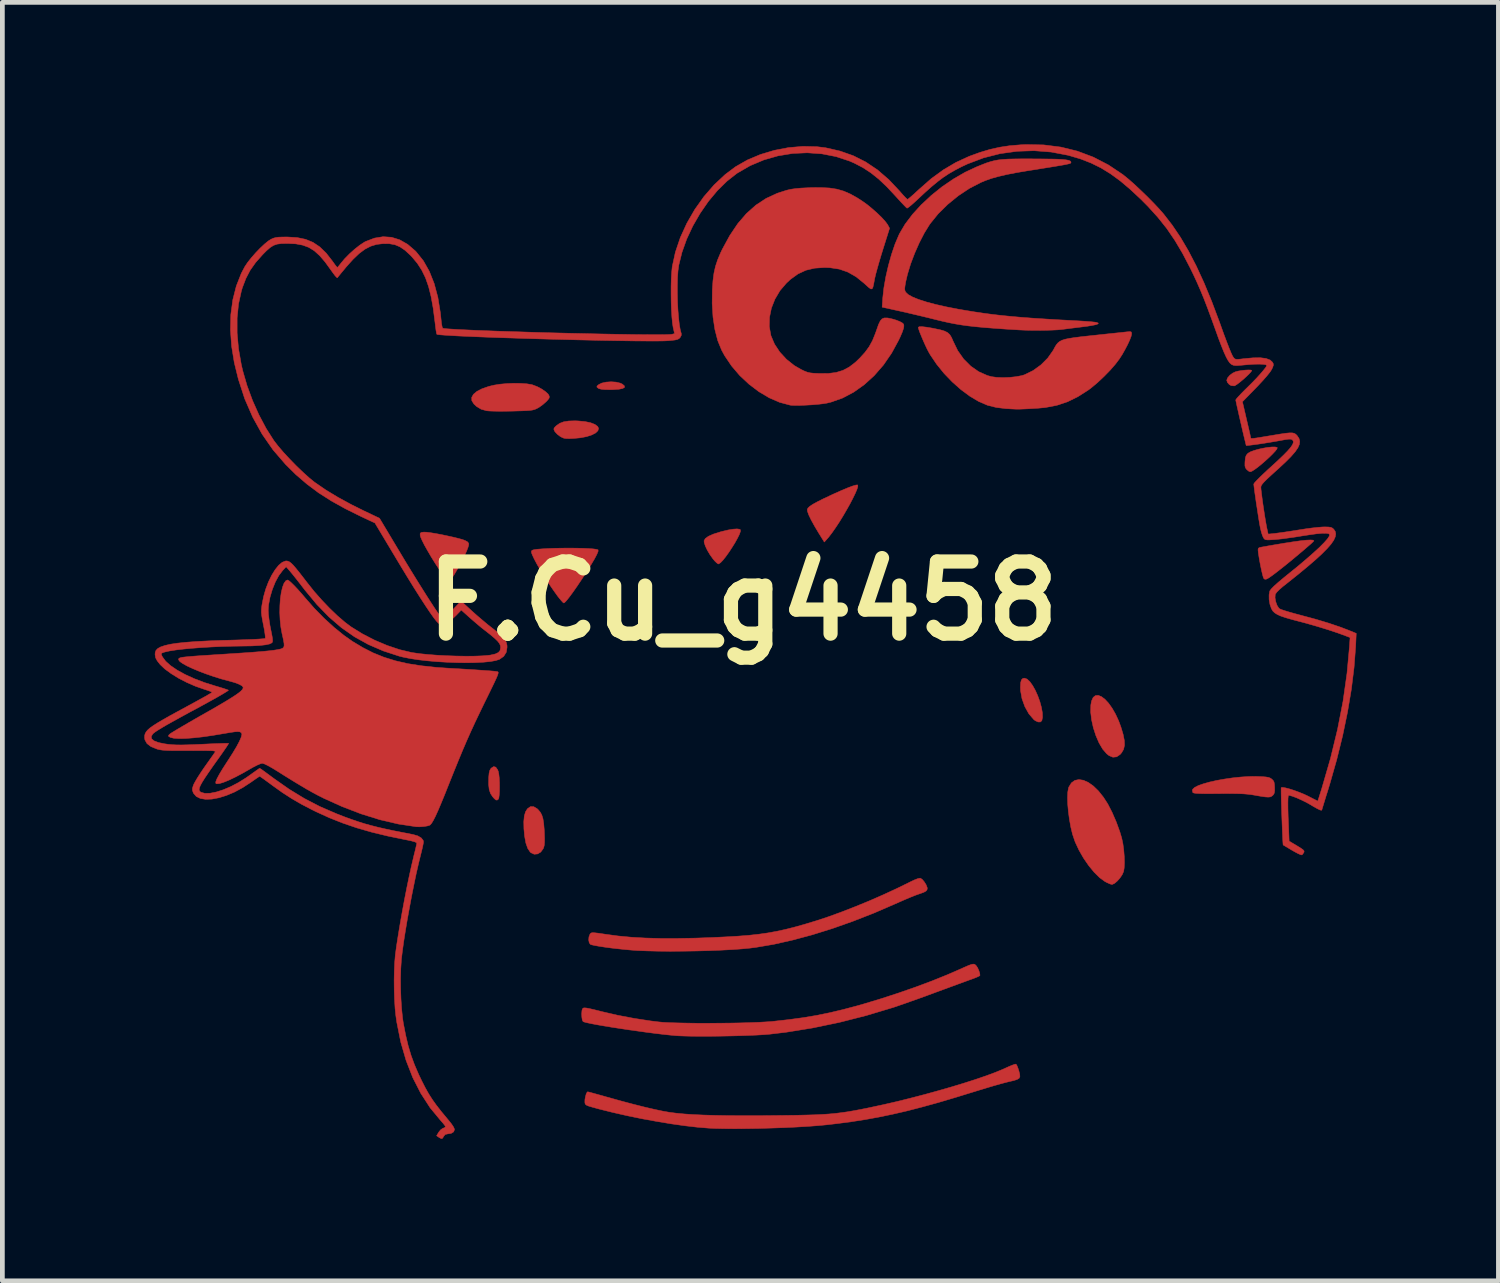
<source format=kicad_pcb>
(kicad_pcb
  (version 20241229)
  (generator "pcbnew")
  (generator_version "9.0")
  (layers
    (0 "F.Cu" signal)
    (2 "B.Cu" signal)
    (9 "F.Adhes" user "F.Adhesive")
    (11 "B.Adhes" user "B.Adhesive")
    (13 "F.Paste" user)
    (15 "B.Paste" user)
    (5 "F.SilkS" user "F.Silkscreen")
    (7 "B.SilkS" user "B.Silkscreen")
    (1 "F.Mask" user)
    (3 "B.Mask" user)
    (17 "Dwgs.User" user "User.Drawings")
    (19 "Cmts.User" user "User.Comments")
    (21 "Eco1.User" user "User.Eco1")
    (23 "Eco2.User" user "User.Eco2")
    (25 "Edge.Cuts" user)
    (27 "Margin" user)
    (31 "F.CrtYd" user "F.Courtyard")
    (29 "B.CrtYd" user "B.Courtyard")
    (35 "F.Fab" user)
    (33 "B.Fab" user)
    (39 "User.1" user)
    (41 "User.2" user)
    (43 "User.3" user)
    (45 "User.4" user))
  (footprint "F.Cu_g4458"
    (layer "F.Cu")
    (at 12.651 9.651)
    (property "Reference" "F.Cu_g4458" (at 0 0 0) (layer "F.SilkS") (effects (font (size 1.524 1.524) (thickness 0.3))))
    (attr through_hole)
    (fp_poly (pts (xy -2.682 -4.626) (xy -2.591 -4.604) (xy -2.548 -4.583) (xy -2.505 -4.545) (xy -2.504 -4.514) (xy -2.544 -4.491) (xy -2.623 -4.475) (xy -2.743 -4.467) (xy -2.812 -4.466) (xy -2.923 -4.468) (xy -2.998 -4.476) (xy -3.045 -4.489) (xy -3.06 -4.498) (xy -3.087 -4.522) (xy -3.084 -4.542) (xy -3.052 -4.571) (xy -2.986 -4.605) (xy -2.893 -4.626) (xy -2.787 -4.633) (xy -2.682 -4.626)) (stroke (width 0.01) (type solid)) (fill yes) (layer "F.Cu"))
    (fp_poly (pts (xy 6.004 1.65) (xy 6.062 1.704) (xy 6.121 1.786) (xy 6.178 1.888) (xy 6.23 2.004) (xy 6.274 2.126) (xy 6.307 2.247) (xy 6.327 2.361) (xy 6.33 2.459) (xy 6.316 2.528) (xy 6.286 2.556) (xy 6.237 2.556) (xy 6.177 2.529) (xy 6.143 2.502) (xy 6.04 2.381) (xy 5.957 2.231) (xy 5.897 2.065) (xy 5.866 1.894) (xy 5.863 1.822) (xy 5.868 1.726) (xy 5.885 1.666) (xy 5.915 1.636) (xy 5.949 1.63) (xy 6.004 1.65)) (stroke (width 0.01) (type solid)) (fill yes) (layer "F.Cu"))
    (fp_poly (pts (xy 10.73 -4.881) (xy 10.752 -4.873) (xy 10.753 -4.872) (xy 10.737 -4.845) (xy 10.696 -4.8) (xy 10.638 -4.744) (xy 10.571 -4.683) (xy 10.502 -4.626) (xy 10.442 -4.58) (xy 10.396 -4.551) (xy 10.382 -4.546) (xy 10.315 -4.553) (xy 10.276 -4.576) (xy 10.238 -4.62) (xy 10.223 -4.665) (xy 10.242 -4.716) (xy 10.289 -4.771) (xy 10.354 -4.819) (xy 10.403 -4.842) (xy 10.46 -4.858) (xy 10.532 -4.87) (xy 10.609 -4.879) (xy 10.678 -4.883) (xy 10.73 -4.881)) (stroke (width 0.01) (type solid)) (fill yes) (layer "F.Cu"))
    (fp_poly (pts (xy -5.224 3.511) (xy -5.186 3.564) (xy -5.171 3.6) (xy -5.16 3.654) (xy -5.151 3.734) (xy -5.146 3.829) (xy -5.145 3.93) (xy -5.146 4.027) (xy -5.152 4.109) (xy -5.16 4.166) (xy -5.169 4.187) (xy -5.195 4.207) (xy -5.22 4.205) (xy -5.254 4.177) (xy -5.288 4.139) (xy -5.334 4.07) (xy -5.363 3.985) (xy -5.375 3.876) (xy -5.373 3.734) (xy -5.373 3.725) (xy -5.365 3.638) (xy -5.351 3.581) (xy -5.328 3.541) (xy -5.317 3.53) (xy -5.268 3.499) (xy -5.224 3.511)) (stroke (width 0.01) (type solid)) (fill yes) (layer "F.Cu"))
    (fp_poly (pts (xy -3.479 -3.805) (xy -3.338 -3.792) (xy -3.219 -3.767) (xy -3.129 -3.732) (xy -3.071 -3.689) (xy -3.052 -3.65) (xy -3.065 -3.599) (xy -3.115 -3.551) (xy -3.197 -3.509) (xy -3.306 -3.474) (xy -3.437 -3.449) (xy -3.577 -3.436) (xy -3.673 -3.432) (xy -3.739 -3.434) (xy -3.786 -3.441) (xy -3.826 -3.458) (xy -3.864 -3.479) (xy -3.923 -3.524) (xy -3.969 -3.573) (xy -3.98 -3.589) (xy -3.996 -3.626) (xy -3.992 -3.654) (xy -3.962 -3.688) (xy -3.943 -3.705) (xy -3.873 -3.755) (xy -3.789 -3.787) (xy -3.682 -3.804) (xy -3.546 -3.808) (xy -3.479 -3.805)) (stroke (width 0.01) (type solid)) (fill yes) (layer "F.Cu"))
    (fp_poly (pts (xy 7.576 2.021) (xy 7.649 2.076) (xy 7.725 2.158) (xy 7.8 2.263) (xy 7.873 2.39) (xy 7.94 2.535) (xy 7.987 2.662) (xy 8.034 2.82) (xy 8.059 2.946) (xy 8.063 3.049) (xy 8.044 3.133) (xy 8.003 3.205) (xy 7.969 3.244) (xy 7.896 3.293) (xy 7.818 3.301) (xy 7.736 3.267) (xy 7.687 3.228) (xy 7.602 3.13) (xy 7.525 2.999) (xy 7.459 2.846) (xy 7.405 2.68) (xy 7.367 2.51) (xy 7.348 2.347) (xy 7.351 2.2) (xy 7.367 2.112) (xy 7.401 2.037) (xy 7.449 1.999) (xy 7.508 1.994) (xy 7.576 2.021)) (stroke (width 0.01) (type solid)) (fill yes) (layer "F.Cu"))
    (fp_poly (pts (xy -4.423 4.346) (xy -4.35 4.389) (xy -4.329 4.409) (xy -4.284 4.462) (xy -4.251 4.523) (xy -4.227 4.6) (xy -4.211 4.7) (xy -4.2 4.832) (xy -4.197 4.902) (xy -4.193 5.019) (xy -4.194 5.102) (xy -4.199 5.161) (xy -4.21 5.206) (xy -4.221 5.233) (xy -4.273 5.305) (xy -4.34 5.345) (xy -4.412 5.351) (xy -4.481 5.319) (xy -4.497 5.305) (xy -4.548 5.229) (xy -4.588 5.115) (xy -4.615 4.966) (xy -4.629 4.815) (xy -4.632 4.662) (xy -4.621 4.543) (xy -4.595 4.454) (xy -4.553 4.388) (xy -4.55 4.386) (xy -4.49 4.345) (xy -4.423 4.346)) (stroke (width 0.01) (type solid)) (fill yes) (layer "F.Cu"))
    (fp_poly (pts (xy -0.071 -1.516) (xy -0.054 -1.505) (xy -0.054 -1.47) (xy -0.076 -1.408) (xy -0.116 -1.327) (xy -0.168 -1.233) (xy -0.23 -1.133) (xy -0.295 -1.034) (xy -0.36 -0.943) (xy -0.421 -0.866) (xy -0.473 -0.811) (xy -0.512 -0.785) (xy -0.52 -0.783) (xy -0.547 -0.799) (xy -0.59 -0.839) (xy -0.633 -0.889) (xy -0.697 -0.979) (xy -0.753 -1.073) (xy -0.795 -1.162) (xy -0.819 -1.235) (xy -0.822 -1.273) (xy -0.795 -1.321) (xy -0.728 -1.369) (xy -0.62 -1.416) (xy -0.47 -1.463) (xy -0.443 -1.47) (xy -0.318 -1.5) (xy -0.211 -1.518) (xy -0.126 -1.524) (xy -0.071 -1.516)) (stroke (width 0.01) (type solid)) (fill yes) (layer "F.Cu"))
    (fp_poly (pts (xy 11.287 -3.245) (xy 11.291 -3.24) (xy 11.284 -3.214) (xy 11.249 -3.168) (xy 11.193 -3.108) (xy 11.122 -3.038) (xy 11.041 -2.964) (xy 10.958 -2.892) (xy 10.878 -2.827) (xy 10.807 -2.775) (xy 10.751 -2.741) (xy 10.72 -2.731) (xy 10.686 -2.745) (xy 10.646 -2.778) (xy 10.62 -2.813) (xy 10.608 -2.855) (xy 10.608 -2.919) (xy 10.61 -2.951) (xy 10.618 -3.028) (xy 10.635 -3.079) (xy 10.666 -3.116) (xy 10.674 -3.123) (xy 10.723 -3.152) (xy 10.798 -3.18) (xy 10.891 -3.207) (xy 10.991 -3.229) (xy 11.089 -3.246) (xy 11.178 -3.255) (xy 11.247 -3.255) (xy 11.287 -3.245)) (stroke (width 0.01) (type solid)) (fill yes) (layer "F.Cu"))
    (fp_poly (pts (xy 2.425 -2.451) (xy 2.427 -2.42) (xy 2.409 -2.36) (xy 2.373 -2.275) (xy 2.323 -2.172) (xy 2.262 -2.054) (xy 2.191 -1.928) (xy 2.116 -1.799) (xy 2.038 -1.672) (xy 1.96 -1.554) (xy 1.886 -1.448) (xy 1.819 -1.36) (xy 1.791 -1.327) (xy 1.719 -1.246) (xy 1.602 -1.434) (xy 1.511 -1.587) (xy 1.44 -1.716) (xy 1.39 -1.82) (xy 1.363 -1.896) (xy 1.359 -1.933) (xy 1.373 -1.964) (xy 1.411 -2) (xy 1.475 -2.043) (xy 1.569 -2.095) (xy 1.696 -2.159) (xy 1.858 -2.235) (xy 1.889 -2.25) (xy 2.068 -2.33) (xy 2.21 -2.39) (xy 2.316 -2.43) (xy 2.387 -2.451) (xy 2.422 -2.453) (xy 2.425 -2.451)) (stroke (width 0.01) (type solid)) (fill yes) (layer "F.Cu"))
    (fp_poly (pts (xy -6.687 -1.454) (xy -6.6 -1.443) (xy -6.49 -1.425) (xy -6.367 -1.402) (xy -6.24 -1.375) (xy -6.117 -1.348) (xy -6.008 -1.321) (xy -5.922 -1.297) (xy -5.869 -1.277) (xy -5.817 -1.247) (xy -5.796 -1.216) (xy -5.796 -1.185) (xy -5.811 -1.132) (xy -5.841 -1.054) (xy -5.884 -0.96) (xy -5.936 -0.856) (xy -5.993 -0.748) (xy -6.052 -0.644) (xy -6.107 -0.551) (xy -6.157 -0.475) (xy -6.196 -0.423) (xy -6.222 -0.402) (xy -6.224 -0.402) (xy -6.241 -0.419) (xy -6.277 -0.465) (xy -6.327 -0.533) (xy -6.386 -0.618) (xy -6.408 -0.651) (xy -6.502 -0.794) (xy -6.589 -0.934) (xy -6.666 -1.066) (xy -6.732 -1.183) (xy -6.781 -1.281) (xy -6.813 -1.354) (xy -6.822 -1.392) (xy -6.821 -1.429) (xy -6.802 -1.448) (xy -6.754 -1.455) (xy -6.742 -1.456) (xy -6.687 -1.454)) (stroke (width 0.01) (type solid)) (fill yes) (layer "F.Cu"))
    (fp_poly (pts (xy 12.046 -1.286) (xy 12.065 -1.272) (xy 12.065 -1.271) (xy 12.049 -1.253) (xy 12.006 -1.212) (xy 11.939 -1.154) (xy 11.855 -1.081) (xy 11.757 -0.999) (xy 11.652 -0.911) (xy 11.544 -0.822) (xy 11.438 -0.736) (xy 11.339 -0.658) (xy 11.252 -0.59) (xy 11.25 -0.589) (xy 11.161 -0.523) (xy 11.099 -0.481) (xy 11.057 -0.461) (xy 11.029 -0.46) (xy 11.008 -0.474) (xy 11.008 -0.474) (xy 10.994 -0.507) (xy 10.976 -0.573) (xy 10.955 -0.664) (xy 10.933 -0.771) (xy 10.912 -0.886) (xy 10.894 -1) (xy 10.891 -1.02) (xy 10.885 -1.081) (xy 10.891 -1.114) (xy 10.912 -1.129) (xy 10.916 -1.13) (xy 10.947 -1.137) (xy 11.014 -1.149) (xy 11.109 -1.166) (xy 11.225 -1.186) (xy 11.357 -1.208) (xy 11.407 -1.217) (xy 11.612 -1.249) (xy 11.777 -1.272) (xy 11.904 -1.286) (xy 11.993 -1.29) (xy 12.046 -1.286)) (stroke (width 0.01) (type solid)) (fill yes) (layer "F.Cu"))
    (fp_poly (pts (xy -3.533 -1.117) (xy -3.394 -1.114) (xy -3.272 -1.109) (xy -3.171 -1.102) (xy -3.1 -1.093) (xy -3.064 -1.082) (xy -3.062 -1.081) (xy -3.061 -1.051) (xy -3.087 -0.987) (xy -3.138 -0.89) (xy -3.215 -0.76) (xy -3.317 -0.598) (xy -3.396 -0.476) (xy -3.499 -0.322) (xy -3.59 -0.192) (xy -3.667 -0.087) (xy -3.727 -0.012) (xy -3.769 0.032) (xy -3.787 0.042) (xy -3.808 0.026) (xy -3.846 -0.016) (xy -3.896 -0.077) (xy -3.922 -0.111) (xy -4.007 -0.23) (xy -4.1 -0.366) (xy -4.192 -0.51) (xy -4.279 -0.651) (xy -4.354 -0.78) (xy -4.41 -0.886) (xy -4.415 -0.896) (xy -4.451 -0.973) (xy -4.469 -1.021) (xy -4.471 -1.05) (xy -4.46 -1.068) (xy -4.455 -1.072) (xy -4.418 -1.084) (xy -4.346 -1.094) (xy -4.245 -1.102) (xy -4.122 -1.109) (xy -3.982 -1.114) (xy -3.834 -1.117) (xy -3.682 -1.118) (xy -3.533 -1.117)) (stroke (width 0.01) (type solid)) (fill yes) (layer "F.Cu"))
    (fp_poly (pts (xy -4.695 -4.599) (xy -4.566 -4.59) (xy -4.464 -4.573) (xy -4.445 -4.567) (xy -4.348 -4.53) (xy -4.254 -4.48) (xy -4.174 -4.425) (xy -4.117 -4.372) (xy -4.101 -4.346) (xy -4.091 -4.313) (xy -4.1 -4.281) (xy -4.133 -4.24) (xy -4.158 -4.214) (xy -4.227 -4.153) (xy -4.307 -4.095) (xy -4.337 -4.078) (xy -4.372 -4.06) (xy -4.407 -4.046) (xy -4.447 -4.036) (xy -4.5 -4.028) (xy -4.571 -4.023) (xy -4.669 -4.019) (xy -4.799 -4.015) (xy -4.869 -4.013) (xy -5.008 -4.011) (xy -5.141 -4.01) (xy -5.257 -4.012) (xy -5.35 -4.015) (xy -5.41 -4.02) (xy -5.414 -4.02) (xy -5.533 -4.053) (xy -5.631 -4.112) (xy -5.687 -4.165) (xy -5.73 -4.234) (xy -5.732 -4.303) (xy -5.696 -4.368) (xy -5.623 -4.43) (xy -5.514 -4.486) (xy -5.372 -4.535) (xy -5.26 -4.562) (xy -5.134 -4.582) (xy -4.991 -4.595) (xy -4.841 -4.601) (xy -4.695 -4.599)) (stroke (width 0.01) (type solid)) (fill yes) (layer "F.Cu"))
    (fp_poly (pts (xy 7.195 3.788) (xy 7.298 3.834) (xy 7.405 3.91) (xy 7.513 4.015) (xy 7.618 4.147) (xy 7.709 4.288) (xy 7.801 4.467) (xy 7.889 4.67) (xy 7.964 4.876) (xy 8.004 5.01) (xy 8.029 5.127) (xy 8.047 5.261) (xy 8.058 5.399) (xy 8.061 5.53) (xy 8.056 5.642) (xy 8.044 5.715) (xy 8.015 5.782) (xy 7.968 5.852) (xy 7.911 5.917) (xy 7.854 5.966) (xy 7.805 5.989) (xy 7.797 5.99) (xy 7.758 5.98) (xy 7.698 5.953) (xy 7.651 5.929) (xy 7.538 5.847) (xy 7.421 5.731) (xy 7.305 5.59) (xy 7.196 5.431) (xy 7.1 5.263) (xy 7.02 5.092) (xy 6.965 4.931) (xy 6.928 4.777) (xy 6.899 4.615) (xy 6.877 4.452) (xy 6.863 4.296) (xy 6.859 4.155) (xy 6.864 4.038) (xy 6.88 3.95) (xy 6.887 3.931) (xy 6.941 3.843) (xy 7.013 3.791) (xy 7.099 3.773) (xy 7.195 3.788)) (stroke (width 0.01) (type solid)) (fill yes) (layer "F.Cu"))
    (fp_poly (pts (xy 10.861 3.708) (xy 10.972 3.712) (xy 11.049 3.718) (xy 11.103 3.727) (xy 11.141 3.741) (xy 11.169 3.759) (xy 11.203 3.79) (xy 11.223 3.826) (xy 11.232 3.882) (xy 11.235 3.933) (xy 11.236 4.011) (xy 11.228 4.06) (xy 11.208 4.095) (xy 11.198 4.105) (xy 11.172 4.127) (xy 11.142 4.14) (xy 11.099 4.144) (xy 11.036 4.14) (xy 10.947 4.127) (xy 10.824 4.106) (xy 10.816 4.104) (xy 10.737 4.091) (xy 10.658 4.082) (xy 10.572 4.075) (xy 10.473 4.071) (xy 10.352 4.069) (xy 10.201 4.068) (xy 10.059 4.07) (xy 9.89 4.071) (xy 9.76 4.071) (xy 9.662 4.069) (xy 9.592 4.066) (xy 9.546 4.061) (xy 9.519 4.055) (xy 9.505 4.045) (xy 9.505 4.044) (xy 9.497 3.998) (xy 9.504 3.978) (xy 9.545 3.94) (xy 9.621 3.901) (xy 9.729 3.863) (xy 9.86 3.826) (xy 10.011 3.792) (xy 10.175 3.763) (xy 10.345 3.738) (xy 10.517 3.72) (xy 10.684 3.709) (xy 10.841 3.707) (xy 10.861 3.708)) (stroke (width 0.01) (type solid)) (fill yes) (layer "F.Cu"))
    (fp_poly (pts (xy 3.75 5.858) (xy 3.789 5.884) (xy 3.832 5.935) (xy 3.87 5.996) (xy 3.892 6.053) (xy 3.895 6.072) (xy 3.889 6.104) (xy 3.867 6.13) (xy 3.822 6.155) (xy 3.746 6.183) (xy 3.704 6.197) (xy 3.64 6.22) (xy 3.547 6.257) (xy 3.433 6.305) (xy 3.309 6.359) (xy 3.196 6.409) (xy 2.761 6.597) (xy 2.323 6.768) (xy 1.887 6.922) (xy 1.46 7.055) (xy 1.046 7.166) (xy 0.651 7.255) (xy 0.281 7.318) (xy 0.151 7.335) (xy -0.024 7.352) (xy -0.234 7.367) (xy -0.471 7.379) (xy -0.727 7.389) (xy -0.994 7.396) (xy -1.266 7.4) (xy -1.534 7.402) (xy -1.791 7.4) (xy -2.029 7.394) (xy -2.239 7.386) (xy -2.36 7.377) (xy -2.494 7.365) (xy -2.636 7.35) (xy -2.778 7.334) (xy -2.912 7.316) (xy -3.031 7.298) (xy -3.128 7.281) (xy -3.196 7.266) (xy -3.223 7.257) (xy -3.249 7.222) (xy -3.26 7.164) (xy -3.255 7.099) (xy -3.234 7.043) (xy -3.23 7.038) (xy -3.218 7.022) (xy -3.201 7.013) (xy -3.173 7.009) (xy -3.128 7.012) (xy -3.058 7.02) (xy -2.956 7.035) (xy -2.897 7.044) (xy -2.636 7.079) (xy -2.36 7.105) (xy -2.062 7.122) (xy -1.74 7.131) (xy -1.388 7.131) (xy -1.002 7.124) (xy -0.667 7.112) (xy -0.372 7.098) (xy -0.112 7.083) (xy 0.12 7.065) (xy 0.331 7.042) (xy 0.528 7.014) (xy 0.719 6.979) (xy 0.911 6.937) (xy 1.111 6.886) (xy 1.326 6.825) (xy 1.563 6.753) (xy 1.568 6.751) (xy 1.816 6.669) (xy 2.09 6.569) (xy 2.38 6.456) (xy 2.677 6.334) (xy 2.969 6.206) (xy 3.246 6.078) (xy 3.5 5.954) (xy 3.523 5.942) (xy 3.619 5.896) (xy 3.694 5.867) (xy 3.743 5.857) (xy 3.75 5.858)) (stroke (width 0.01) (type solid)) (fill yes) (layer "F.Cu"))
    (fp_poly (pts (xy 3.878 -5.787) (xy 4.015 -5.764) (xy 4.042 -5.758) (xy 4.167 -5.732) (xy 4.258 -5.705) (xy 4.323 -5.673) (xy 4.37 -5.63) (xy 4.407 -5.57) (xy 4.44 -5.494) (xy 4.539 -5.29) (xy 4.665 -5.112) (xy 4.814 -4.963) (xy 4.982 -4.846) (xy 5.165 -4.765) (xy 5.252 -4.741) (xy 5.362 -4.726) (xy 5.495 -4.721) (xy 5.637 -4.726) (xy 5.773 -4.741) (xy 5.891 -4.763) (xy 5.95 -4.781) (xy 6.131 -4.87) (xy 6.297 -4.99) (xy 6.441 -5.134) (xy 6.553 -5.293) (xy 6.563 -5.311) (xy 6.594 -5.369) (xy 6.623 -5.416) (xy 6.655 -5.454) (xy 6.693 -5.485) (xy 6.743 -5.511) (xy 6.809 -5.532) (xy 6.896 -5.55) (xy 7.007 -5.567) (xy 7.148 -5.585) (xy 7.323 -5.604) (xy 7.491 -5.622) (xy 7.641 -5.638) (xy 7.782 -5.653) (xy 7.908 -5.666) (xy 8.011 -5.677) (xy 8.084 -5.685) (xy 8.112 -5.688) (xy 8.173 -5.693) (xy 8.202 -5.688) (xy 8.212 -5.668) (xy 8.213 -5.642) (xy 8.202 -5.591) (xy 8.172 -5.513) (xy 8.128 -5.418) (xy 8.073 -5.313) (xy 8.013 -5.207) (xy 7.953 -5.114) (xy 7.867 -5.001) (xy 7.756 -4.874) (xy 7.629 -4.744) (xy 7.496 -4.619) (xy 7.367 -4.511) (xy 7.307 -4.465) (xy 7.081 -4.32) (xy 6.86 -4.211) (xy 6.632 -4.135) (xy 6.39 -4.089) (xy 6.244 -4.075) (xy 6.086 -4.065) (xy 5.961 -4.059) (xy 5.857 -4.055) (xy 5.764 -4.055) (xy 5.673 -4.059) (xy 5.574 -4.065) (xy 5.562 -4.065) (xy 5.356 -4.09) (xy 5.178 -4.134) (xy 5.162 -4.139) (xy 4.983 -4.216) (xy 4.796 -4.327) (xy 4.607 -4.467) (xy 4.423 -4.63) (xy 4.249 -4.811) (xy 4.092 -5.005) (xy 3.957 -5.205) (xy 3.925 -5.261) (xy 3.89 -5.328) (xy 3.85 -5.413) (xy 3.808 -5.507) (xy 3.769 -5.6) (xy 3.735 -5.683) (xy 3.713 -5.747) (xy 3.704 -5.782) (xy 3.723 -5.796) (xy 3.781 -5.798) (xy 3.878 -5.787)) (stroke (width 0.01) (type solid)) (fill yes) (layer "F.Cu"))
    (fp_poly (pts (xy 4.891 7.676) (xy 4.911 7.689) (xy 4.927 7.704) (xy 4.957 7.748) (xy 4.984 7.807) (xy 5.003 7.866) (xy 5.008 7.909) (xy 5.005 7.918) (xy 4.982 7.931) (xy 4.929 7.955) (xy 4.856 7.983) (xy 4.831 7.992) (xy 4.769 8.014) (xy 4.674 8.049) (xy 4.553 8.093) (xy 4.412 8.145) (xy 4.257 8.202) (xy 4.096 8.261) (xy 4.053 8.277) (xy 3.885 8.339) (xy 3.714 8.401) (xy 3.55 8.459) (xy 3.401 8.512) (xy 3.273 8.556) (xy 3.177 8.589) (xy 3.166 8.592) (xy 2.606 8.76) (xy 2.037 8.905) (xy 1.469 9.023) (xy 0.912 9.113) (xy 0.567 9.154) (xy 0.449 9.164) (xy 0.297 9.173) (xy 0.12 9.18) (xy -0.077 9.187) (xy -0.286 9.192) (xy -0.498 9.196) (xy -0.708 9.198) (xy -0.908 9.198) (xy -1.091 9.197) (xy -1.249 9.193) (xy -1.375 9.188) (xy -1.418 9.185) (xy -1.545 9.173) (xy -1.694 9.157) (xy -1.861 9.137) (xy -2.039 9.114) (xy -2.224 9.088) (xy -2.412 9.062) (xy -2.596 9.034) (xy -2.773 9.007) (xy -2.936 8.98) (xy -3.081 8.955) (xy -3.203 8.932) (xy -3.297 8.912) (xy -3.358 8.896) (xy -3.379 8.887) (xy -3.396 8.853) (xy -3.405 8.793) (xy -3.408 8.723) (xy -3.403 8.658) (xy -3.395 8.627) (xy -3.386 8.611) (xy -3.372 8.601) (xy -3.346 8.598) (xy -3.303 8.602) (xy -3.237 8.615) (xy -3.142 8.637) (xy -3.014 8.669) (xy -2.974 8.679) (xy -2.65 8.754) (xy -2.302 8.82) (xy -1.951 8.874) (xy -1.789 8.894) (xy -1.684 8.904) (xy -1.543 8.911) (xy -1.372 8.916) (xy -1.177 8.92) (xy -0.965 8.923) (xy -0.741 8.923) (xy -0.513 8.922) (xy -0.285 8.92) (xy -0.064 8.916) (xy 0.143 8.91) (xy 0.33 8.903) (xy 0.492 8.894) (xy 0.622 8.885) (xy 0.635 8.883) (xy 0.968 8.846) (xy 1.271 8.805) (xy 1.557 8.757) (xy 1.836 8.7) (xy 2.122 8.632) (xy 2.427 8.551) (xy 2.539 8.519) (xy 2.91 8.407) (xy 3.282 8.286) (xy 3.647 8.159) (xy 3.995 8.029) (xy 4.317 7.899) (xy 4.568 7.79) (xy 4.684 7.738) (xy 4.767 7.702) (xy 4.825 7.681) (xy 4.864 7.673) (xy 4.891 7.676)) (stroke (width 0.01) (type solid)) (fill yes) (layer "F.Cu"))
    (fp_poly (pts (xy 5.787 9.811) (xy 5.809 9.864) (xy 5.83 9.928) (xy 5.848 9.999) (xy 5.852 10.049) (xy 5.836 10.085) (xy 5.794 10.111) (xy 5.722 10.134) (xy 5.614 10.159) (xy 5.539 10.178) (xy 5.431 10.207) (xy 5.3 10.244) (xy 5.153 10.288) (xy 4.998 10.335) (xy 4.884 10.37) (xy 4.487 10.492) (xy 4.123 10.6) (xy 3.785 10.693) (xy 3.469 10.775) (xy 3.166 10.845) (xy 2.872 10.906) (xy 2.58 10.959) (xy 2.284 11.005) (xy 1.978 11.045) (xy 1.762 11.07) (xy 1.581 11.087) (xy 1.367 11.103) (xy 1.128 11.117) (xy 0.871 11.129) (xy 0.605 11.138) (xy 0.338 11.146) (xy 0.075 11.15) (xy -0.173 11.152) (xy -0.401 11.15) (xy -0.599 11.146) (xy -0.72 11.14) (xy -0.955 11.121) (xy -1.223 11.09) (xy -1.514 11.049) (xy -1.821 10.998) (xy -2.135 10.941) (xy -2.447 10.877) (xy -2.75 10.808) (xy -3.036 10.737) (xy -3.08 10.725) (xy -3.185 10.696) (xy -3.257 10.675) (xy -3.302 10.657) (xy -3.326 10.64) (xy -3.337 10.619) (xy -3.341 10.594) (xy -3.34 10.538) (xy -3.329 10.475) (xy -3.313 10.417) (xy -3.293 10.379) (xy -3.282 10.372) (xy -3.256 10.377) (xy -3.197 10.393) (xy -3.11 10.417) (xy -3.001 10.447) (xy -2.878 10.482) (xy -2.854 10.488) (xy -2.577 10.566) (xy -2.317 10.635) (xy -2.079 10.695) (xy -1.868 10.744) (xy -1.688 10.782) (xy -1.556 10.805) (xy -1.409 10.824) (xy -1.242 10.84) (xy -1.05 10.853) (xy -0.833 10.863) (xy -0.586 10.87) (xy -0.307 10.875) (xy 0.006 10.876) (xy 0.358 10.876) (xy 0.599 10.874) (xy 0.877 10.871) (xy 1.117 10.868) (xy 1.326 10.863) (xy 1.508 10.858) (xy 1.669 10.85) (xy 1.814 10.841) (xy 1.948 10.829) (xy 2.077 10.813) (xy 2.206 10.795) (xy 2.34 10.772) (xy 2.484 10.745) (xy 2.644 10.713) (xy 2.709 10.699) (xy 2.979 10.641) (xy 3.261 10.576) (xy 3.55 10.504) (xy 3.841 10.428) (xy 4.127 10.349) (xy 4.406 10.269) (xy 4.67 10.189) (xy 4.916 10.11) (xy 5.138 10.034) (xy 5.33 9.963) (xy 5.488 9.898) (xy 5.539 9.875) (xy 5.625 9.836) (xy 5.699 9.806) (xy 5.75 9.789) (xy 5.769 9.787) (xy 5.787 9.811)) (stroke (width 0.01) (type solid)) (fill yes) (layer "F.Cu"))
    (fp_poly (pts (xy 1.828 -8.728) (xy 1.983 -8.704) (xy 2.126 -8.663) (xy 2.265 -8.603) (xy 2.411 -8.522) (xy 2.53 -8.445) (xy 2.63 -8.373) (xy 2.734 -8.287) (xy 2.837 -8.196) (xy 2.929 -8.107) (xy 3.003 -8.026) (xy 3.052 -7.961) (xy 3.059 -7.95) (xy 3.098 -7.877) (xy 2.955 -7.422) (xy 2.911 -7.279) (xy 2.87 -7.14) (xy 2.834 -7.013) (xy 2.805 -6.906) (xy 2.787 -6.829) (xy 2.783 -6.812) (xy 2.763 -6.703) (xy 2.747 -6.632) (xy 2.728 -6.597) (xy 2.702 -6.595) (xy 2.661 -6.623) (xy 2.599 -6.679) (xy 2.564 -6.711) (xy 2.393 -6.85) (xy 2.219 -6.95) (xy 2.036 -7.014) (xy 1.836 -7.044) (xy 1.725 -7.048) (xy 1.515 -7.034) (xy 1.33 -6.99) (xy 1.162 -6.912) (xy 1.003 -6.797) (xy 0.919 -6.719) (xy 0.782 -6.559) (xy 0.676 -6.38) (xy 0.601 -6.19) (xy 0.561 -5.995) (xy 0.556 -5.802) (xy 0.589 -5.617) (xy 0.592 -5.605) (xy 0.667 -5.429) (xy 0.778 -5.261) (xy 0.919 -5.108) (xy 1.083 -4.977) (xy 1.226 -4.894) (xy 1.301 -4.858) (xy 1.361 -4.835) (xy 1.422 -4.821) (xy 1.496 -4.813) (xy 1.598 -4.809) (xy 1.61 -4.808) (xy 1.805 -4.809) (xy 1.969 -4.83) (xy 2.113 -4.874) (xy 2.245 -4.944) (xy 2.374 -5.043) (xy 2.466 -5.131) (xy 2.578 -5.254) (xy 2.666 -5.374) (xy 2.738 -5.505) (xy 2.8 -5.659) (xy 2.826 -5.733) (xy 2.865 -5.844) (xy 2.901 -5.918) (xy 2.939 -5.962) (xy 2.985 -5.982) (xy 3.044 -5.982) (xy 3.065 -5.98) (xy 3.153 -5.961) (xy 3.241 -5.935) (xy 3.318 -5.904) (xy 3.373 -5.873) (xy 3.395 -5.85) (xy 3.401 -5.813) (xy 3.393 -5.763) (xy 3.37 -5.692) (xy 3.329 -5.595) (xy 3.29 -5.512) (xy 3.141 -5.238) (xy 2.969 -4.988) (xy 2.775 -4.765) (xy 2.564 -4.573) (xy 2.339 -4.413) (xy 2.102 -4.288) (xy 1.857 -4.202) (xy 1.768 -4.181) (xy 1.686 -4.168) (xy 1.579 -4.156) (xy 1.457 -4.146) (xy 1.329 -4.139) (xy 1.208 -4.134) (xy 1.102 -4.133) (xy 1.022 -4.136) (xy 0.995 -4.14) (xy 0.774 -4.199) (xy 0.551 -4.296) (xy 0.333 -4.426) (xy 0.125 -4.584) (xy -0.069 -4.766) (xy -0.241 -4.968) (xy -0.388 -5.186) (xy -0.451 -5.302) (xy -0.533 -5.503) (xy -0.593 -5.736) (xy -0.633 -5.999) (xy -0.651 -6.287) (xy -0.647 -6.58) (xy -0.634 -6.769) (xy -0.613 -6.929) (xy -0.581 -7.072) (xy -0.534 -7.213) (xy -0.47 -7.364) (xy -0.436 -7.435) (xy -0.278 -7.725) (xy -0.109 -7.976) (xy 0.074 -8.189) (xy 0.273 -8.366) (xy 0.489 -8.508) (xy 0.725 -8.617) (xy 0.921 -8.68) (xy 1.01 -8.701) (xy 1.108 -8.715) (xy 1.225 -8.726) (xy 1.372 -8.733) (xy 1.439 -8.736) (xy 1.649 -8.737) (xy 1.828 -8.728)) (stroke (width 0.01) (type solid)) (fill yes) (layer "F.Cu"))
    (fp_poly (pts (xy 6.096 -9.344) (xy 6.128 -9.343) (xy 6.338 -9.342) (xy 6.509 -9.34) (xy 6.645 -9.337) (xy 6.75 -9.331) (xy 6.827 -9.323) (xy 6.88 -9.313) (xy 6.913 -9.3) (xy 6.929 -9.284) (xy 6.932 -9.269) (xy 6.931 -9.262) (xy 6.926 -9.255) (xy 6.914 -9.248) (xy 6.889 -9.24) (xy 6.85 -9.231) (xy 6.792 -9.219) (xy 6.712 -9.205) (xy 6.606 -9.187) (xy 6.471 -9.165) (xy 6.302 -9.138) (xy 6.096 -9.105) (xy 6.011 -9.092) (xy 5.775 -9.052) (xy 5.575 -9.013) (xy 5.404 -8.973) (xy 5.256 -8.932) (xy 5.125 -8.886) (xy 5.029 -8.846) (xy 4.787 -8.721) (xy 4.549 -8.563) (xy 4.326 -8.381) (xy 4.125 -8.183) (xy 3.957 -7.975) (xy 3.941 -7.952) (xy 3.832 -7.776) (xy 3.726 -7.57) (xy 3.628 -7.348) (xy 3.542 -7.121) (xy 3.476 -6.903) (xy 3.44 -6.749) (xy 3.425 -6.662) (xy 3.418 -6.606) (xy 3.421 -6.568) (xy 3.432 -6.539) (xy 3.441 -6.524) (xy 3.493 -6.475) (xy 3.585 -6.424) (xy 3.714 -6.372) (xy 3.878 -6.319) (xy 4.074 -6.267) (xy 4.299 -6.216) (xy 4.551 -6.167) (xy 4.703 -6.141) (xy 4.899 -6.109) (xy 5.088 -6.081) (xy 5.276 -6.056) (xy 5.468 -6.034) (xy 5.67 -6.014) (xy 5.887 -5.995) (xy 6.126 -5.977) (xy 6.39 -5.96) (xy 6.686 -5.942) (xy 6.992 -5.926) (xy 7.127 -5.918) (xy 7.25 -5.91) (xy 7.353 -5.902) (xy 7.43 -5.894) (xy 7.473 -5.888) (xy 7.478 -5.886) (xy 7.51 -5.872) (xy 7.503 -5.859) (xy 7.482 -5.847) (xy 7.446 -5.837) (xy 7.377 -5.823) (xy 7.285 -5.808) (xy 7.178 -5.794) (xy 7.154 -5.791) (xy 7.033 -5.776) (xy 6.911 -5.761) (xy 6.803 -5.747) (xy 6.722 -5.737) (xy 6.72 -5.737) (xy 6.644 -5.73) (xy 6.535 -5.725) (xy 6.404 -5.721) (xy 6.26 -5.72) (xy 6.113 -5.72) (xy 5.973 -5.723) (xy 5.85 -5.728) (xy 5.831 -5.729) (xy 5.555 -5.746) (xy 5.315 -5.763) (xy 5.107 -5.779) (xy 4.925 -5.796) (xy 4.763 -5.814) (xy 4.617 -5.834) (xy 4.48 -5.857) (xy 4.347 -5.883) (xy 4.213 -5.913) (xy 4.085 -5.944) (xy 3.925 -5.984) (xy 3.747 -6.027) (xy 3.568 -6.069) (xy 3.402 -6.108) (xy 3.307 -6.129) (xy 2.941 -6.21) (xy 2.954 -6.402) (xy 2.978 -6.618) (xy 3.019 -6.852) (xy 3.074 -7.092) (xy 3.14 -7.327) (xy 3.214 -7.545) (xy 3.294 -7.733) (xy 3.305 -7.758) (xy 3.425 -7.962) (xy 3.581 -8.169) (xy 3.767 -8.373) (xy 3.978 -8.57) (xy 4.207 -8.754) (xy 4.45 -8.92) (xy 4.7 -9.064) (xy 4.934 -9.173) (xy 5.045 -9.218) (xy 5.139 -9.255) (xy 5.225 -9.283) (xy 5.308 -9.305) (xy 5.393 -9.321) (xy 5.489 -9.332) (xy 5.601 -9.339) (xy 5.735 -9.342) (xy 5.898 -9.344) (xy 6.096 -9.344)) (stroke (width 0.01) (type solid)) (fill yes) (layer "F.Cu"))
    (fp_poly (pts (xy -9.595 -0.429) (xy -9.546 -0.387) (xy -9.481 -0.323) (xy -9.406 -0.243) (xy -9.325 -0.152) (xy -9.25 -0.064) (xy -9.06 0.153) (xy -8.855 0.362) (xy -8.643 0.556) (xy -8.433 0.726) (xy -8.255 0.852) (xy -8.035 0.984) (xy -7.815 1.096) (xy -7.587 1.188) (xy -7.346 1.263) (xy -7.086 1.323) (xy -6.801 1.368) (xy -6.484 1.402) (xy -6.255 1.418) (xy -5.997 1.433) (xy -5.78 1.446) (xy -5.6 1.458) (xy -5.456 1.468) (xy -5.344 1.476) (xy -5.264 1.483) (xy -5.211 1.489) (xy -5.185 1.493) (xy -5.182 1.495) (xy -5.174 1.503) (xy -5.172 1.516) (xy -5.177 1.541) (xy -5.19 1.579) (xy -5.214 1.635) (xy -5.25 1.713) (xy -5.3 1.817) (xy -5.365 1.951) (xy -5.447 2.118) (xy -5.452 2.127) (xy -5.561 2.353) (xy -5.661 2.562) (xy -5.753 2.762) (xy -5.842 2.962) (xy -5.931 3.17) (xy -6.024 3.395) (xy -6.125 3.644) (xy -6.214 3.866) (xy -6.303 4.09) (xy -6.38 4.277) (xy -6.444 4.428) (xy -6.498 4.547) (xy -6.543 4.635) (xy -6.579 4.695) (xy -6.608 4.729) (xy -6.62 4.738) (xy -6.672 4.754) (xy -6.749 4.766) (xy -6.834 4.772) (xy -6.909 4.77) (xy -6.911 4.769) (xy -7.283 4.713) (xy -7.672 4.622) (xy -8.071 4.498) (xy -8.476 4.342) (xy -8.85 4.173) (xy -8.968 4.114) (xy -9.086 4.051) (xy -9.211 3.981) (xy -9.348 3.9) (xy -9.505 3.805) (xy -9.686 3.693) (xy -9.83 3.602) (xy -9.944 3.532) (xy -10.04 3.478) (xy -10.113 3.443) (xy -10.157 3.429) (xy -10.159 3.429) (xy -10.2 3.44) (xy -10.266 3.468) (xy -10.348 3.51) (xy -10.415 3.548) (xy -10.581 3.643) (xy -10.733 3.723) (xy -10.867 3.787) (xy -10.978 3.832) (xy -11.064 3.858) (xy -11.121 3.863) (xy -11.139 3.855) (xy -11.142 3.824) (xy -11.118 3.76) (xy -11.067 3.664) (xy -10.99 3.536) (xy -10.886 3.375) (xy -10.876 3.36) (xy -10.781 3.211) (xy -10.702 3.079) (xy -10.643 2.968) (xy -10.605 2.881) (xy -10.59 2.822) (xy -10.591 2.804) (xy -10.606 2.78) (xy -10.631 2.765) (xy -10.674 2.76) (xy -10.74 2.764) (xy -10.835 2.778) (xy -10.965 2.8) (xy -10.971 2.801) (xy -11.203 2.84) (xy -11.417 2.871) (xy -11.611 2.892) (xy -11.78 2.905) (xy -11.92 2.907) (xy -12.028 2.9) (xy -12.099 2.883) (xy -12.106 2.879) (xy -12.14 2.858) (xy -12.138 2.838) (xy -12.115 2.814) (xy -12.088 2.794) (xy -12.028 2.757) (xy -11.941 2.704) (xy -11.83 2.639) (xy -11.702 2.564) (xy -11.561 2.483) (xy -11.472 2.432) (xy -11.26 2.312) (xy -11.082 2.209) (xy -10.936 2.123) (xy -10.819 2.051) (xy -10.727 1.992) (xy -10.659 1.944) (xy -10.611 1.905) (xy -10.581 1.873) (xy -10.566 1.847) (xy -10.562 1.827) (xy -10.583 1.795) (xy -10.643 1.761) (xy -10.74 1.724) (xy -10.854 1.692) (xy -11.018 1.648) (xy -11.182 1.597) (xy -11.342 1.542) (xy -11.492 1.485) (xy -11.628 1.428) (xy -11.745 1.374) (xy -11.837 1.323) (xy -11.899 1.28) (xy -11.926 1.244) (xy -11.927 1.238) (xy -11.926 1.225) (xy -11.92 1.214) (xy -11.906 1.205) (xy -11.88 1.196) (xy -11.839 1.188) (xy -11.778 1.181) (xy -11.694 1.173) (xy -11.585 1.164) (xy -11.445 1.154) (xy -11.271 1.143) (xy -11.061 1.129) (xy -10.963 1.123) (xy -10.701 1.106) (xy -10.478 1.091) (xy -10.291 1.077) (xy -10.137 1.064) (xy -10.012 1.052) (xy -9.913 1.04) (xy -9.837 1.028) (xy -9.78 1.016) (xy -9.774 1.015) (xy -9.734 1.001) (xy -9.709 0.982) (xy -9.697 0.951) (xy -9.698 0.9) (xy -9.711 0.823) (xy -9.735 0.713) (xy -9.74 0.693) (xy -9.766 0.55) (xy -9.782 0.399) (xy -9.789 0.244) (xy -9.786 0.092) (xy -9.776 -0.052) (xy -9.757 -0.181) (xy -9.731 -0.291) (xy -9.699 -0.375) (xy -9.661 -0.428) (xy -9.622 -0.445) (xy -9.595 -0.429)) (stroke (width 0.01) (type solid)) (fill yes) (layer "F.Cu"))
    (fp_poly (pts (xy 6.355 -9.639) (xy 6.718 -9.593) (xy 7.068 -9.507) (xy 7.403 -9.381) (xy 7.724 -9.215) (xy 8.029 -9.011) (xy 8.042 -9) (xy 8.147 -8.915) (xy 8.271 -8.806) (xy 8.405 -8.68) (xy 8.543 -8.547) (xy 8.675 -8.413) (xy 8.794 -8.287) (xy 8.887 -8.181) (xy 9.07 -7.945) (xy 9.246 -7.685) (xy 9.415 -7.397) (xy 9.581 -7.077) (xy 9.743 -6.725) (xy 9.904 -6.336) (xy 10.065 -5.908) (xy 10.085 -5.853) (xy 10.159 -5.646) (xy 10.222 -5.478) (xy 10.273 -5.346) (xy 10.314 -5.247) (xy 10.345 -5.18) (xy 10.368 -5.143) (xy 10.368 -5.143) (xy 10.388 -5.122) (xy 10.412 -5.11) (xy 10.45 -5.107) (xy 10.511 -5.112) (xy 10.583 -5.121) (xy 10.778 -5.139) (xy 10.935 -5.141) (xy 11.056 -5.125) (xy 11.141 -5.092) (xy 11.189 -5.048) (xy 11.207 -5.014) (xy 11.209 -4.983) (xy 11.194 -4.939) (xy 11.175 -4.897) (xy 11.14 -4.842) (xy 11.077 -4.763) (xy 10.991 -4.664) (xy 10.886 -4.551) (xy 10.841 -4.504) (xy 10.555 -4.211) (xy 10.643 -3.833) (xy 10.671 -3.713) (xy 10.696 -3.606) (xy 10.715 -3.521) (xy 10.727 -3.464) (xy 10.732 -3.442) (xy 10.737 -3.437) (xy 10.756 -3.436) (xy 10.793 -3.438) (xy 10.854 -3.446) (xy 10.942 -3.46) (xy 11.063 -3.48) (xy 11.214 -3.505) (xy 11.359 -3.529) (xy 11.468 -3.545) (xy 11.549 -3.553) (xy 11.607 -3.553) (xy 11.648 -3.544) (xy 11.679 -3.527) (xy 11.706 -3.501) (xy 11.714 -3.491) (xy 11.751 -3.435) (xy 11.766 -3.377) (xy 11.759 -3.312) (xy 11.728 -3.24) (xy 11.67 -3.155) (xy 11.583 -3.055) (xy 11.467 -2.938) (xy 11.319 -2.8) (xy 11.265 -2.752) (xy 11.155 -2.652) (xy 11.073 -2.576) (xy 11.015 -2.518) (xy 10.977 -2.475) (xy 10.955 -2.443) (xy 10.946 -2.416) (xy 10.945 -2.402) (xy 10.948 -2.358) (xy 10.957 -2.281) (xy 10.97 -2.179) (xy 10.986 -2.06) (xy 11.005 -1.935) (xy 11.024 -1.81) (xy 11.043 -1.694) (xy 11.06 -1.597) (xy 11.074 -1.527) (xy 11.099 -1.414) (xy 11.238 -1.428) (xy 11.306 -1.437) (xy 11.405 -1.45) (xy 11.525 -1.468) (xy 11.657 -1.488) (xy 11.757 -1.504) (xy 11.891 -1.525) (xy 12.023 -1.543) (xy 12.143 -1.556) (xy 12.238 -1.564) (xy 12.288 -1.566) (xy 12.37 -1.564) (xy 12.424 -1.557) (xy 12.459 -1.54) (xy 12.485 -1.517) (xy 12.516 -1.471) (xy 12.527 -1.418) (xy 12.517 -1.357) (xy 12.485 -1.286) (xy 12.428 -1.203) (xy 12.345 -1.108) (xy 12.235 -0.997) (xy 12.096 -0.869) (xy 11.927 -0.724) (xy 11.726 -0.558) (xy 11.492 -0.371) (xy 11.414 -0.31) (xy 11.339 -0.245) (xy 11.282 -0.188) (xy 11.251 -0.145) (xy 11.248 -0.137) (xy 11.244 -0.067) (xy 11.259 0.015) (xy 11.287 0.093) (xy 11.324 0.15) (xy 11.34 0.164) (xy 11.376 0.18) (xy 11.447 0.204) (xy 11.543 0.233) (xy 11.659 0.266) (xy 11.782 0.299) (xy 12.095 0.383) (xy 12.378 0.468) (xy 12.626 0.552) (xy 12.804 0.62) (xy 12.96 0.684) (xy 12.947 0.972) (xy 12.914 1.405) (xy 12.857 1.865) (xy 12.776 2.347) (xy 12.673 2.844) (xy 12.548 3.351) (xy 12.403 3.861) (xy 12.36 4.003) (xy 12.321 4.125) (xy 12.288 4.234) (xy 12.261 4.322) (xy 12.242 4.384) (xy 12.234 4.412) (xy 12.234 4.413) (xy 12.225 4.423) (xy 12.195 4.416) (xy 12.139 4.389) (xy 12.055 4.342) (xy 12.001 4.309) (xy 11.907 4.256) (xy 11.805 4.206) (xy 11.705 4.161) (xy 11.618 4.128) (xy 11.553 4.109) (xy 11.532 4.106) (xy 11.523 4.123) (xy 11.518 4.175) (xy 11.516 4.263) (xy 11.517 4.389) (xy 11.521 4.554) (xy 11.529 4.743) (xy 11.542 5.074) (xy 11.708 5.173) (xy 11.787 5.222) (xy 11.834 5.255) (xy 11.856 5.28) (xy 11.858 5.301) (xy 11.853 5.313) (xy 11.826 5.352) (xy 11.811 5.366) (xy 11.785 5.361) (xy 11.732 5.338) (xy 11.66 5.3) (xy 11.604 5.268) (xy 11.527 5.222) (xy 11.465 5.185) (xy 11.425 5.161) (xy 11.416 5.156) (xy 11.413 5.134) (xy 11.409 5.077) (xy 11.405 4.991) (xy 11.4 4.881) (xy 11.395 4.756) (xy 11.39 4.62) (xy 11.385 4.482) (xy 11.381 4.346) (xy 11.377 4.22) (xy 11.374 4.11) (xy 11.373 4.024) (xy 11.373 3.966) (xy 11.374 3.944) (xy 11.404 3.939) (xy 11.465 3.949) (xy 11.549 3.971) (xy 11.646 4.002) (xy 11.75 4.04) (xy 11.851 4.081) (xy 11.932 4.119) (xy 12.148 4.229) (xy 12.232 3.961) (xy 12.415 3.33) (xy 12.564 2.718) (xy 12.681 2.119) (xy 12.765 1.528) (xy 12.816 0.974) (xy 12.83 0.772) (xy 12.76 0.745) (xy 12.575 0.677) (xy 12.362 0.606) (xy 12.134 0.536) (xy 11.903 0.47) (xy 11.767 0.434) (xy 11.599 0.39) (xy 11.467 0.352) (xy 11.366 0.318) (xy 11.291 0.284) (xy 11.237 0.25) (xy 11.199 0.213) (xy 11.172 0.169) (xy 11.169 0.165) (xy 11.137 0.073) (xy 11.119 -0.031) (xy 11.118 -0.131) (xy 11.133 -0.211) (xy 11.134 -0.213) (xy 11.163 -0.254) (xy 11.223 -0.315) (xy 11.316 -0.398) (xy 11.443 -0.504) (xy 11.513 -0.561) (xy 11.717 -0.726) (xy 11.897 -0.878) (xy 12.052 -1.014) (xy 12.181 -1.132) (xy 12.281 -1.233) (xy 12.352 -1.313) (xy 12.391 -1.372) (xy 12.397 -1.405) (xy 12.375 -1.424) (xy 12.323 -1.432) (xy 12.238 -1.431) (xy 12.118 -1.42) (xy 11.961 -1.398) (xy 11.817 -1.376) (xy 11.676 -1.353) (xy 11.534 -1.333) (xy 11.402 -1.315) (xy 11.291 -1.303) (xy 11.226 -1.297) (xy 11.135 -1.292) (xy 11.076 -1.292) (xy 11.04 -1.297) (xy 11.018 -1.311) (xy 11 -1.335) (xy 10.999 -1.337) (xy 10.978 -1.383) (xy 10.955 -1.455) (xy 10.934 -1.54) (xy 10.933 -1.546) (xy 10.92 -1.614) (xy 10.904 -1.709) (xy 10.886 -1.823) (xy 10.867 -1.948) (xy 10.847 -2.075) (xy 10.83 -2.198) (xy 10.814 -2.307) (xy 10.803 -2.396) (xy 10.796 -2.455) (xy 10.795 -2.473) (xy 10.81 -2.497) (xy 10.853 -2.544) (xy 10.918 -2.61) (xy 11.001 -2.69) (xy 11.097 -2.78) (xy 11.136 -2.815) (xy 11.288 -2.954) (xy 11.41 -3.07) (xy 11.503 -3.164) (xy 11.569 -3.239) (xy 11.61 -3.298) (xy 11.63 -3.344) (xy 11.629 -3.379) (xy 11.614 -3.402) (xy 11.596 -3.415) (xy 11.57 -3.421) (xy 11.527 -3.42) (xy 11.461 -3.411) (xy 11.362 -3.393) (xy 11.342 -3.389) (xy 11.239 -3.371) (xy 11.125 -3.352) (xy 11.008 -3.333) (xy 10.895 -3.316) (xy 10.793 -3.302) (xy 10.711 -3.292) (xy 10.656 -3.286) (xy 10.635 -3.286) (xy 10.629 -3.308) (xy 10.615 -3.365) (xy 10.595 -3.448) (xy 10.57 -3.551) (xy 10.543 -3.668) (xy 10.515 -3.79) (xy 10.487 -3.911) (xy 10.462 -4.023) (xy 10.44 -4.12) (xy 10.424 -4.195) (xy 10.415 -4.24) (xy 10.414 -4.249) (xy 10.428 -4.272) (xy 10.469 -4.319) (xy 10.529 -4.383) (xy 10.605 -4.46) (xy 10.656 -4.51) (xy 10.755 -4.608) (xy 10.848 -4.704) (xy 10.93 -4.794) (xy 10.997 -4.872) (xy 11.045 -4.933) (xy 11.069 -4.972) (xy 11.07 -4.979) (xy 11.05 -4.993) (xy 10.995 -5.002) (xy 10.911 -5.006) (xy 10.804 -5.004) (xy 10.682 -4.996) (xy 10.636 -4.992) (xy 10.526 -4.982) (xy 10.449 -4.976) (xy 10.397 -4.977) (xy 10.362 -4.983) (xy 10.334 -4.995) (xy 10.319 -5.004) (xy 10.286 -5.034) (xy 10.251 -5.084) (xy 10.211 -5.157) (xy 10.165 -5.258) (xy 10.112 -5.389) (xy 10.049 -5.554) (xy 9.98 -5.747) (xy 9.891 -5.993) (xy 9.812 -6.206) (xy 9.739 -6.395) (xy 9.668 -6.567) (xy 9.597 -6.73) (xy 9.522 -6.892) (xy 9.451 -7.038) (xy 9.291 -7.345) (xy 9.128 -7.62) (xy 8.957 -7.871) (xy 8.769 -8.107) (xy 8.559 -8.339) (xy 8.411 -8.488) (xy 8.184 -8.7) (xy 7.972 -8.879) (xy 7.767 -9.029) (xy 7.565 -9.153) (xy 7.358 -9.255) (xy 7.141 -9.34) (xy 6.906 -9.41) (xy 6.865 -9.421) (xy 6.513 -9.488) (xy 6.153 -9.516) (xy 5.792 -9.504) (xy 5.434 -9.454) (xy 5.084 -9.365) (xy 4.748 -9.238) (xy 4.611 -9.174) (xy 4.474 -9.102) (xy 4.35 -9.03) (xy 4.233 -8.953) (xy 4.115 -8.864) (xy 3.989 -8.76) (xy 3.847 -8.634) (xy 3.707 -8.503) (xy 3.627 -8.429) (xy 3.558 -8.368) (xy 3.504 -8.324) (xy 3.472 -8.303) (xy 3.467 -8.302) (xy 3.446 -8.32) (xy 3.403 -8.364) (xy 3.342 -8.428) (xy 3.269 -8.508) (xy 3.22 -8.562) (xy 3.038 -8.756) (xy 2.869 -8.916) (xy 2.704 -9.048) (xy 2.536 -9.158) (xy 2.36 -9.25) (xy 2.259 -9.295) (xy 1.97 -9.391) (xy 1.668 -9.45) (xy 1.359 -9.472) (xy 1.048 -9.458) (xy 0.739 -9.407) (xy 0.439 -9.321) (xy 0.152 -9.2) (xy -0.116 -9.045) (xy -0.129 -9.037) (xy -0.339 -8.872) (xy -0.542 -8.672) (xy -0.732 -8.444) (xy -0.906 -8.192) (xy -1.06 -7.925) (xy -1.189 -7.649) (xy -1.289 -7.369) (xy -1.357 -7.094) (xy -1.357 -7.091) (xy -1.373 -6.976) (xy -1.383 -6.833) (xy -1.387 -6.672) (xy -1.387 -6.499) (xy -1.383 -6.322) (xy -1.374 -6.149) (xy -1.361 -5.987) (xy -1.345 -5.845) (xy -1.325 -5.73) (xy -1.303 -5.65) (xy -1.305 -5.61) (xy -1.329 -5.567) (xy -1.353 -5.544) (xy -1.385 -5.528) (xy -1.435 -5.516) (xy -1.513 -5.507) (xy -1.579 -5.501) (xy -1.653 -5.497) (xy -1.762 -5.495) (xy -1.904 -5.494) (xy -2.073 -5.495) (xy -2.268 -5.496) (xy -2.486 -5.499) (xy -2.721 -5.503) (xy -2.973 -5.507) (xy -3.237 -5.513) (xy -3.509 -5.519) (xy -3.788 -5.526) (xy -4.069 -5.533) (xy -4.349 -5.541) (xy -4.626 -5.549) (xy -4.895 -5.558) (xy -5.153 -5.566) (xy -5.398 -5.575) (xy -5.626 -5.584) (xy -5.833 -5.593) (xy -6.017 -5.601) (xy -6.174 -5.61) (xy -6.302 -5.618) (xy -6.395 -5.625) (xy -6.453 -5.632) (xy -6.47 -5.637) (xy -6.477 -5.662) (xy -6.487 -5.72) (xy -6.498 -5.804) (xy -6.51 -5.904) (xy -6.511 -5.91) (xy -6.547 -6.19) (xy -6.591 -6.434) (xy -6.644 -6.645) (xy -6.709 -6.83) (xy -6.788 -6.992) (xy -6.882 -7.137) (xy -6.992 -7.269) (xy -7.026 -7.305) (xy -7.142 -7.412) (xy -7.249 -7.485) (xy -7.356 -7.53) (xy -7.475 -7.551) (xy -7.609 -7.552) (xy -7.742 -7.536) (xy -7.867 -7.498) (xy -7.989 -7.435) (xy -8.111 -7.344) (xy -8.24 -7.221) (xy -8.381 -7.064) (xy -8.418 -7.019) (xy -8.478 -6.947) (xy -8.528 -6.886) (xy -8.561 -6.845) (xy -8.572 -6.831) (xy -8.589 -6.841) (xy -8.623 -6.879) (xy -8.669 -6.94) (xy -8.708 -6.995) (xy -8.831 -7.165) (xy -8.946 -7.299) (xy -9.059 -7.401) (xy -9.177 -7.474) (xy -9.306 -7.521) (xy -9.451 -7.548) (xy -9.619 -7.556) (xy -9.636 -7.556) (xy -9.752 -7.554) (xy -9.843 -7.542) (xy -9.919 -7.516) (xy -9.991 -7.471) (xy -10.07 -7.402) (xy -10.151 -7.32) (xy -10.299 -7.153) (xy -10.415 -6.989) (xy -10.505 -6.816) (xy -10.579 -6.622) (xy -10.6 -6.551) (xy -10.66 -6.278) (xy -10.69 -5.981) (xy -10.69 -5.665) (xy -10.661 -5.335) (xy -10.602 -4.998) (xy -10.571 -4.864) (xy -10.48 -4.551) (xy -10.364 -4.236) (xy -10.228 -3.932) (xy -10.077 -3.647) (xy -9.916 -3.394) (xy -9.911 -3.387) (xy -9.822 -3.272) (xy -9.709 -3.14) (xy -9.578 -2.999) (xy -9.439 -2.856) (xy -9.298 -2.721) (xy -9.166 -2.602) (xy -9.049 -2.507) (xy -9.038 -2.5) (xy -8.816 -2.347) (xy -8.558 -2.191) (xy -8.271 -2.035) (xy -8.026 -1.913) (xy -7.681 -1.749) (xy -7.256 -1.039) (xy -7.135 -0.837) (xy -7.015 -0.64) (xy -6.899 -0.452) (xy -6.789 -0.276) (xy -6.687 -0.114) (xy -6.596 0.028) (xy -6.517 0.149) (xy -6.452 0.245) (xy -6.404 0.311) (xy -6.375 0.346) (xy -6.371 0.349) (xy -6.334 0.349) (xy -6.276 0.315) (xy -6.197 0.247) (xy -6.096 0.146) (xy -5.958 0.001) (xy -5.726 0.213) (xy -5.622 0.306) (xy -5.508 0.403) (xy -5.398 0.495) (xy -5.303 0.57) (xy -5.297 0.574) (xy -5.18 0.667) (xy -5.095 0.743) (xy -5.037 0.809) (xy -5.003 0.871) (xy -4.987 0.934) (xy -4.985 0.976) (xy -5.002 1.083) (xy -5.056 1.169) (xy -5.145 1.232) (xy -5.224 1.258) (xy -5.34 1.279) (xy -5.485 1.293) (xy -5.655 1.302) (xy -5.844 1.305) (xy -6.045 1.302) (xy -6.253 1.294) (xy -6.461 1.282) (xy -6.665 1.264) (xy -6.859 1.242) (xy -7.036 1.215) (xy -7.19 1.184) (xy -7.262 1.166) (xy -7.601 1.055) (xy -7.916 0.919) (xy -8.21 0.756) (xy -8.487 0.562) (xy -8.751 0.335) (xy -9.006 0.072) (xy -9.257 -0.231) (xy -9.288 -0.271) (xy -9.364 -0.37) (xy -9.439 -0.466) (xy -9.506 -0.55) (xy -9.557 -0.612) (xy -9.569 -0.627) (xy -9.654 -0.724) (xy -9.728 -0.645) (xy -9.809 -0.538) (xy -9.883 -0.401) (xy -9.946 -0.244) (xy -9.995 -0.079) (xy -10.025 0.082) (xy -10.033 0.198) (xy -10.028 0.282) (xy -10.015 0.391) (xy -9.997 0.51) (xy -9.979 0.602) (xy -9.957 0.711) (xy -9.944 0.786) (xy -9.94 0.835) (xy -9.943 0.865) (xy -9.955 0.883) (xy -9.955 0.883) (xy -10.002 0.907) (xy -10.089 0.926) (xy -10.214 0.94) (xy -10.375 0.949) (xy -10.57 0.952) (xy -10.573 0.952) (xy -10.789 0.955) (xy -11.01 0.961) (xy -11.23 0.971) (xy -11.443 0.984) (xy -11.644 0.999) (xy -11.827 1.016) (xy -11.986 1.035) (xy -12.116 1.055) (xy -12.21 1.076) (xy -12.229 1.081) (xy -12.278 1.099) (xy -12.294 1.118) (xy -12.282 1.153) (xy -12.268 1.181) (xy -12.201 1.272) (xy -12.096 1.366) (xy -11.958 1.46) (xy -11.789 1.553) (xy -11.596 1.641) (xy -11.381 1.723) (xy -11.165 1.791) (xy -11.063 1.821) (xy -10.975 1.848) (xy -10.91 1.87) (xy -10.876 1.883) (xy -10.873 1.885) (xy -10.887 1.898) (xy -10.934 1.928) (xy -11.01 1.974) (xy -11.11 2.032) (xy -11.232 2.1) (xy -11.37 2.176) (xy -11.474 2.233) (xy -11.7 2.354) (xy -11.89 2.458) (xy -12.049 2.546) (xy -12.178 2.618) (xy -12.28 2.678) (xy -12.359 2.726) (xy -12.416 2.763) (xy -12.455 2.793) (xy -12.474 2.811) (xy -12.506 2.866) (xy -12.495 2.914) (xy -12.444 2.956) (xy -12.352 2.991) (xy -12.221 3.018) (xy -12.15 3.028) (xy -12.067 3.036) (xy -11.974 3.041) (xy -11.865 3.042) (xy -11.731 3.039) (xy -11.568 3.033) (xy -11.414 3.026) (xy -11.268 3.019) (xy -11.136 3.014) (xy -11.025 3.01) (xy -10.94 3.007) (xy -10.886 3.007) (xy -10.87 3.008) (xy -10.879 3.027) (xy -10.909 3.075) (xy -10.957 3.145) (xy -11.017 3.232) (xy -11.075 3.313) (xy -11.197 3.484) (xy -11.295 3.625) (xy -11.372 3.739) (xy -11.428 3.828) (xy -11.466 3.897) (xy -11.487 3.949) (xy -11.493 3.987) (xy -11.485 4.014) (xy -11.466 4.034) (xy -11.453 4.042) (xy -11.37 4.065) (xy -11.26 4.062) (xy -11.129 4.036) (xy -10.982 3.989) (xy -10.824 3.922) (xy -10.662 3.837) (xy -10.5 3.736) (xy -10.429 3.686) (xy -10.348 3.628) (xy -10.281 3.58) (xy -10.233 3.547) (xy -10.212 3.535) (xy -10.212 3.535) (xy -10.193 3.547) (xy -10.145 3.58) (xy -10.076 3.631) (xy -9.989 3.695) (xy -9.905 3.757) (xy -9.588 3.979) (xy -9.27 4.173) (xy -8.94 4.344) (xy -8.584 4.498) (xy -8.403 4.568) (xy -8.259 4.62) (xy -8.124 4.666) (xy -7.993 4.707) (xy -7.859 4.744) (xy -7.714 4.781) (xy -7.553 4.818) (xy -7.369 4.857) (xy -7.154 4.899) (xy -6.97 4.935) (xy -6.871 4.964) (xy -6.799 5.007) (xy -6.758 5.059) (xy -6.752 5.089) (xy -6.757 5.128) (xy -6.771 5.198) (xy -6.792 5.288) (xy -6.815 5.379) (xy -6.859 5.56) (xy -6.907 5.77) (xy -6.955 6.001) (xy -7.004 6.245) (xy -7.051 6.496) (xy -7.096 6.745) (xy -7.136 6.984) (xy -7.171 7.206) (xy -7.198 7.404) (xy -7.218 7.568) (xy -7.219 7.587) (xy -7.231 7.77) (xy -7.237 7.977) (xy -7.235 8.196) (xy -7.227 8.415) (xy -7.213 8.624) (xy -7.194 8.809) (xy -7.178 8.918) (xy -7.129 9.171) (xy -7.076 9.395) (xy -7.015 9.6) (xy -6.942 9.799) (xy -6.854 10.003) (xy -6.784 10.149) (xy -6.712 10.29) (xy -6.641 10.416) (xy -6.565 10.535) (xy -6.478 10.657) (xy -6.374 10.79) (xy -6.248 10.942) (xy -6.218 10.978) (xy -6.159 11.052) (xy -6.116 11.117) (xy -6.097 11.162) (xy -6.096 11.169) (xy -6.115 11.219) (xy -6.168 11.251) (xy -6.239 11.261) (xy -6.294 11.274) (xy -6.325 11.314) (xy -6.349 11.354) (xy -6.376 11.361) (xy -6.42 11.338) (xy -6.428 11.332) (xy -6.474 11.3) (xy -6.431 11.227) (xy -6.391 11.177) (xy -6.346 11.145) (xy -6.337 11.142) (xy -6.299 11.125) (xy -6.287 11.109) (xy -6.3 11.084) (xy -6.335 11.039) (xy -6.385 10.982) (xy -6.388 10.979) (xy -6.612 10.708) (xy -6.808 10.405) (xy -6.978 10.072) (xy -7.119 9.71) (xy -7.232 9.321) (xy -7.315 8.907) (xy -7.336 8.763) (xy -7.352 8.609) (xy -7.363 8.425) (xy -7.37 8.224) (xy -7.372 8.018) (xy -7.368 7.817) (xy -7.36 7.635) (xy -7.347 7.483) (xy -7.347 7.482) (xy -7.322 7.296) (xy -7.288 7.077) (xy -7.248 6.835) (xy -7.203 6.58) (xy -7.155 6.32) (xy -7.105 6.064) (xy -7.055 5.823) (xy -7.007 5.604) (xy -6.963 5.418) (xy -6.961 5.408) (xy -6.936 5.308) (xy -6.915 5.221) (xy -6.9 5.156) (xy -6.893 5.123) (xy -6.893 5.122) (xy -6.902 5.106) (xy -6.935 5.09) (xy -6.998 5.072) (xy -7.096 5.051) (xy -7.133 5.044) (xy -7.507 4.967) (xy -7.846 4.885) (xy -8.159 4.795) (xy -8.453 4.695) (xy -8.736 4.583) (xy -9.017 4.455) (xy -9.104 4.412) (xy -9.333 4.293) (xy -9.538 4.174) (xy -9.736 4.046) (xy -9.943 3.898) (xy -9.952 3.891) (xy -10.04 3.826) (xy -10.117 3.77) (xy -10.175 3.729) (xy -10.207 3.707) (xy -10.213 3.704) (xy -10.233 3.716) (xy -10.28 3.747) (xy -10.346 3.793) (xy -10.4 3.831) (xy -10.573 3.944) (xy -10.745 4.037) (xy -10.914 4.108) (xy -11.074 4.158) (xy -11.223 4.186) (xy -11.354 4.191) (xy -11.466 4.173) (xy -11.553 4.13) (xy -11.612 4.062) (xy -11.62 4.043) (xy -11.635 3.998) (xy -11.634 3.956) (xy -11.617 3.901) (xy -11.605 3.871) (xy -11.576 3.817) (xy -11.529 3.737) (xy -11.468 3.642) (xy -11.4 3.54) (xy -11.374 3.503) (xy -11.306 3.407) (xy -11.246 3.322) (xy -11.198 3.254) (xy -11.167 3.209) (xy -11.159 3.199) (xy -11.153 3.187) (xy -11.154 3.178) (xy -11.168 3.171) (xy -11.199 3.166) (xy -11.251 3.163) (xy -11.329 3.162) (xy -11.438 3.161) (xy -11.581 3.161) (xy -11.699 3.162) (xy -11.875 3.162) (xy -12.015 3.162) (xy -12.123 3.16) (xy -12.207 3.156) (xy -12.272 3.151) (xy -12.324 3.143) (xy -12.368 3.133) (xy -12.388 3.127) (xy -12.512 3.076) (xy -12.595 3.012) (xy -12.639 2.934) (xy -12.646 2.882) (xy -12.644 2.842) (xy -12.634 2.804) (xy -12.614 2.767) (xy -12.582 2.728) (xy -12.533 2.684) (xy -12.464 2.635) (xy -12.374 2.577) (xy -12.258 2.509) (xy -12.114 2.427) (xy -11.938 2.331) (xy -11.728 2.217) (xy -11.721 2.213) (xy -11.588 2.141) (xy -11.469 2.075) (xy -11.367 2.019) (xy -11.288 1.973) (xy -11.237 1.943) (xy -11.218 1.929) (xy -11.218 1.929) (xy -11.237 1.917) (xy -11.287 1.898) (xy -11.359 1.874) (xy -11.387 1.865) (xy -11.568 1.802) (xy -11.75 1.723) (xy -11.925 1.633) (xy -12.083 1.535) (xy -12.217 1.437) (xy -12.317 1.342) (xy -12.379 1.263) (xy -12.413 1.198) (xy -12.424 1.132) (xy -12.421 1.088) (xy -12.405 1.044) (xy -12.367 1.004) (xy -12.305 0.97) (xy -12.216 0.94) (xy -12.099 0.913) (xy -11.952 0.891) (xy -11.771 0.872) (xy -11.556 0.856) (xy -11.304 0.843) (xy -11.013 0.832) (xy -10.819 0.827) (xy -10.65 0.822) (xy -10.495 0.816) (xy -10.358 0.811) (xy -10.245 0.805) (xy -10.16 0.799) (xy -10.109 0.794) (xy -10.096 0.791) (xy -10.094 0.764) (xy -10.1 0.705) (xy -10.112 0.621) (xy -10.131 0.521) (xy -10.134 0.508) (xy -10.156 0.394) (xy -10.17 0.309) (xy -10.177 0.242) (xy -10.176 0.181) (xy -10.169 0.112) (xy -10.163 0.072) (xy -10.131 -0.092) (xy -10.085 -0.253) (xy -10.027 -0.405) (xy -9.96 -0.543) (xy -9.887 -0.661) (xy -9.812 -0.755) (xy -9.737 -0.818) (xy -9.665 -0.846) (xy -9.651 -0.847) (xy -9.621 -0.843) (xy -9.59 -0.831) (xy -9.554 -0.805) (xy -9.51 -0.763) (xy -9.455 -0.7) (xy -9.385 -0.614) (xy -9.296 -0.5) (xy -9.213 -0.392) (xy -9.064 -0.205) (xy -8.902 -0.021) (xy -8.735 0.154) (xy -8.569 0.313) (xy -8.411 0.449) (xy -8.28 0.547) (xy -8.041 0.695) (xy -7.783 0.828) (xy -7.518 0.94) (xy -7.255 1.028) (xy -7.007 1.087) (xy -6.99 1.09) (xy -6.839 1.112) (xy -6.662 1.13) (xy -6.468 1.145) (xy -6.264 1.156) (xy -6.058 1.163) (xy -5.858 1.166) (xy -5.673 1.165) (xy -5.511 1.159) (xy -5.379 1.148) (xy -5.334 1.142) (xy -5.233 1.119) (xy -5.168 1.088) (xy -5.133 1.045) (xy -5.122 0.983) (xy -5.122 0.978) (xy -5.128 0.936) (xy -5.149 0.893) (xy -5.188 0.844) (xy -5.25 0.785) (xy -5.339 0.71) (xy -5.441 0.63) (xy -5.528 0.562) (xy -5.629 0.477) (xy -5.729 0.391) (xy -5.776 0.35) (xy -5.953 0.191) (xy -6.066 0.308) (xy -6.136 0.373) (xy -6.212 0.431) (xy -6.277 0.468) (xy -6.337 0.493) (xy -6.373 0.501) (xy -6.401 0.493) (xy -6.432 0.472) (xy -6.473 0.431) (xy -6.533 0.355) (xy -6.612 0.244) (xy -6.708 0.101) (xy -6.821 -0.073) (xy -6.95 -0.277) (xy -7.094 -0.51) (xy -7.251 -0.769) (xy -7.335 -0.909) (xy -7.778 -1.649) (xy -8.063 -1.782) (xy -8.399 -1.948) (xy -8.699 -2.115) (xy -8.97 -2.288) (xy -9.217 -2.473) (xy -9.449 -2.672) (xy -9.665 -2.886) (xy -9.93 -3.193) (xy -10.162 -3.527) (xy -10.361 -3.887) (xy -10.529 -4.273) (xy -10.664 -4.688) (xy -10.75 -5.038) (xy -10.807 -5.388) (xy -10.831 -5.728) (xy -10.823 -6.055) (xy -10.781 -6.366) (xy -10.707 -6.657) (xy -10.602 -6.924) (xy -10.526 -7.068) (xy -10.467 -7.156) (xy -10.388 -7.255) (xy -10.298 -7.358) (xy -10.203 -7.457) (xy -10.11 -7.544) (xy -10.029 -7.61) (xy -9.973 -7.645) (xy -9.924 -7.667) (xy -9.875 -7.681) (xy -9.815 -7.689) (xy -9.733 -7.692) (xy -9.631 -7.693) (xy -9.424 -7.681) (xy -9.244 -7.644) (xy -9.086 -7.579) (xy -8.943 -7.483) (xy -8.808 -7.352) (xy -8.676 -7.183) (xy -8.667 -7.17) (xy -8.624 -7.11) (xy -8.59 -7.067) (xy -8.573 -7.049) (xy -8.572 -7.049) (xy -8.555 -7.065) (xy -8.522 -7.105) (xy -8.498 -7.136) (xy -8.418 -7.232) (xy -8.318 -7.334) (xy -8.208 -7.433) (xy -8.099 -7.519) (xy -8.002 -7.583) (xy -7.976 -7.597) (xy -7.788 -7.669) (xy -7.605 -7.699) (xy -7.427 -7.687) (xy -7.254 -7.633) (xy -7.087 -7.538) (xy -6.927 -7.401) (xy -6.905 -7.378) (xy -6.754 -7.19) (xy -6.628 -6.967) (xy -6.526 -6.71) (xy -6.448 -6.419) (xy -6.395 -6.093) (xy -6.379 -5.942) (xy -6.37 -5.863) (xy -6.359 -5.801) (xy -6.348 -5.768) (xy -6.346 -5.765) (xy -6.316 -5.759) (xy -6.246 -5.752) (xy -6.141 -5.745) (xy -6.004 -5.737) (xy -5.837 -5.729) (xy -5.645 -5.72) (xy -5.43 -5.712) (xy -5.196 -5.703) (xy -4.947 -5.695) (xy -4.684 -5.687) (xy -4.413 -5.678) (xy -4.136 -5.67) (xy -3.856 -5.663) (xy -3.577 -5.656) (xy -3.302 -5.65) (xy -3.035 -5.644) (xy -2.778 -5.639) (xy -2.535 -5.635) (xy -2.31 -5.631) (xy -2.105 -5.629) (xy -1.924 -5.628) (xy -1.771 -5.628) (xy -1.648 -5.629) (xy -1.559 -5.632) (xy -1.507 -5.636) (xy -1.5 -5.637) (xy -1.446 -5.651) (xy -1.476 -5.783) (xy -1.49 -5.874) (xy -1.502 -5.997) (xy -1.511 -6.145) (xy -1.517 -6.309) (xy -1.519 -6.48) (xy -1.519 -6.649) (xy -1.515 -6.807) (xy -1.507 -6.945) (xy -1.496 -7.055) (xy -1.495 -7.066) (xy -1.428 -7.373) (xy -1.324 -7.681) (xy -1.186 -7.983) (xy -1.019 -8.273) (xy -0.826 -8.545) (xy -0.61 -8.794) (xy -0.376 -9.013) (xy -0.156 -9.178) (xy 0.093 -9.32) (xy 0.368 -9.436) (xy 0.661 -9.524) (xy 0.963 -9.582) (xy 1.267 -9.608) (xy 1.564 -9.601) (xy 1.749 -9.578) (xy 2.051 -9.509) (xy 2.332 -9.41) (xy 2.594 -9.278) (xy 2.843 -9.111) (xy 3.081 -8.906) (xy 3.312 -8.661) (xy 3.329 -8.641) (xy 3.387 -8.575) (xy 3.436 -8.523) (xy 3.469 -8.493) (xy 3.478 -8.488) (xy 3.499 -8.502) (xy 3.545 -8.54) (xy 3.609 -8.596) (xy 3.686 -8.667) (xy 3.722 -8.7) (xy 3.978 -8.925) (xy 4.235 -9.112) (xy 4.499 -9.268) (xy 4.779 -9.397) (xy 5.007 -9.48) (xy 5.221 -9.544) (xy 5.427 -9.59) (xy 5.638 -9.622) (xy 5.87 -9.641) (xy 5.98 -9.646) (xy 6.355 -9.639)) (stroke (width 0.01) (type solid)) (fill yes) (layer "F.Cu")))
  (gr_rect
    (start -3 -3)
    (end 28.616 24.017)
    (stroke (width 0.1) (type default))
    (fill no)
    (layer "Edge.Cuts")))
</source>
